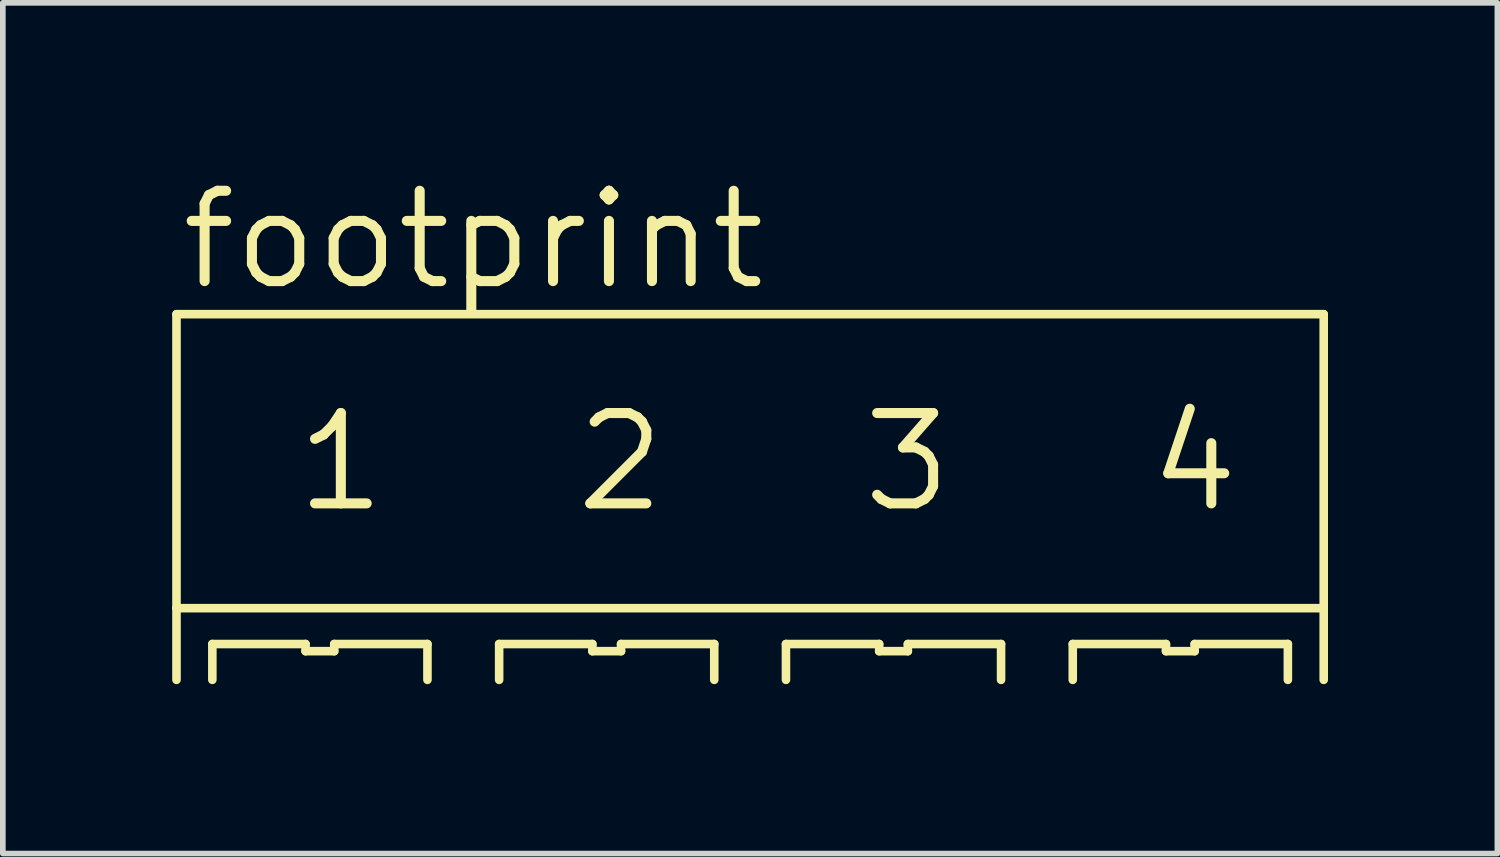
<source format=kicad_pcb>
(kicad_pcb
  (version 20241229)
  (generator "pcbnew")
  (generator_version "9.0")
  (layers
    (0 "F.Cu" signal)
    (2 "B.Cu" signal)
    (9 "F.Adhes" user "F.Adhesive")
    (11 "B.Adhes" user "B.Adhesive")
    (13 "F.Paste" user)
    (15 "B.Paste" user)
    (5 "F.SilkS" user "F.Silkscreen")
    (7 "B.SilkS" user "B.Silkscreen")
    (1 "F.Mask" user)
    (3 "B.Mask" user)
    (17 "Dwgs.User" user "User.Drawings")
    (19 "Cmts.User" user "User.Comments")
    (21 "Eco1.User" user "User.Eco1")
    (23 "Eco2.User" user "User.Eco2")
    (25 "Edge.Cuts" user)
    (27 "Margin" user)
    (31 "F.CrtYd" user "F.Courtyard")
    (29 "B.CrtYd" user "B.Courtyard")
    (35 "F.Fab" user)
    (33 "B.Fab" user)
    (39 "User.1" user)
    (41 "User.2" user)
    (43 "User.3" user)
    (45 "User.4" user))
  (footprint "footprint"
    (layer "F.Cu")
    (at 10.236 6.071)
    (property "Reference" "footprint" (at -10.16 -3.937 0) (layer "F.SilkS") (effects (font (size 1.6 1.6) (thickness 0.178)) (justify left bottom)))
    (fp_line (start -10.16 -3.556) (end 10.16 -3.556) (stroke (width 0.152) (type solid)) (layer "F.SilkS"))
    (fp_line (start -10.16 1.651) (end -10.16 -3.556) (stroke (width 0.152) (type solid)) (layer "F.SilkS"))
    (fp_line (start -10.16 1.651) (end 10.16 1.651) (stroke (width 0.152) (type solid)) (layer "F.SilkS"))
    (fp_line (start -10.16 2.921) (end -10.16 1.651) (stroke (width 0.152) (type solid)) (layer "F.SilkS"))
    (fp_line (start -9.525 2.286) (end -9.525 2.921) (stroke (width 0.152) (type solid)) (layer "F.SilkS"))
    (fp_line (start -7.874 2.286) (end -9.525 2.286) (stroke (width 0.152) (type solid)) (layer "F.SilkS"))
    (fp_line (start -7.874 2.413) (end -7.874 2.286) (stroke (width 0.152) (type solid)) (layer "F.SilkS"))
    (fp_line (start -7.366 2.286) (end -7.366 2.413) (stroke (width 0.152) (type solid)) (layer "F.SilkS"))
    (fp_line (start -7.366 2.413) (end -7.874 2.413) (stroke (width 0.152) (type solid)) (layer "F.SilkS"))
    (fp_line (start -5.715 2.286) (end -7.366 2.286) (stroke (width 0.152) (type solid)) (layer "F.SilkS"))
    (fp_line (start -5.715 2.921) (end -5.715 2.286) (stroke (width 0.152) (type solid)) (layer "F.SilkS"))
    (fp_line (start -4.445 2.286) (end -4.445 2.921) (stroke (width 0.152) (type solid)) (layer "F.SilkS"))
    (fp_line (start -2.794 2.286) (end -4.445 2.286) (stroke (width 0.152) (type solid)) (layer "F.SilkS"))
    (fp_line (start -2.794 2.413) (end -2.794 2.286) (stroke (width 0.152) (type solid)) (layer "F.SilkS"))
    (fp_line (start -2.286 2.286) (end -2.286 2.413) (stroke (width 0.152) (type solid)) (layer "F.SilkS"))
    (fp_line (start -2.286 2.413) (end -2.794 2.413) (stroke (width 0.152) (type solid)) (layer "F.SilkS"))
    (fp_line (start -0.635 2.286) (end -2.286 2.286) (stroke (width 0.152) (type solid)) (layer "F.SilkS"))
    (fp_line (start -0.635 2.921) (end -0.635 2.286) (stroke (width 0.152) (type solid)) (layer "F.SilkS"))
    (fp_line (start 0.635 2.286) (end 0.635 2.921) (stroke (width 0.152) (type solid)) (layer "F.SilkS"))
    (fp_line (start 2.286 2.286) (end 0.635 2.286) (stroke (width 0.152) (type solid)) (layer "F.SilkS"))
    (fp_line (start 2.286 2.413) (end 2.286 2.286) (stroke (width 0.152) (type solid)) (layer "F.SilkS"))
    (fp_line (start 2.794 2.286) (end 2.794 2.413) (stroke (width 0.152) (type solid)) (layer "F.SilkS"))
    (fp_line (start 2.794 2.413) (end 2.286 2.413) (stroke (width 0.152) (type solid)) (layer "F.SilkS"))
    (fp_line (start 4.445 2.286) (end 2.794 2.286) (stroke (width 0.152) (type solid)) (layer "F.SilkS"))
    (fp_line (start 4.445 2.921) (end 4.445 2.286) (stroke (width 0.152) (type solid)) (layer "F.SilkS"))
    (fp_line (start 5.715 2.286) (end 5.715 2.921) (stroke (width 0.152) (type solid)) (layer "F.SilkS"))
    (fp_line (start 7.366 2.286) (end 5.715 2.286) (stroke (width 0.152) (type solid)) (layer "F.SilkS"))
    (fp_line (start 7.366 2.413) (end 7.366 2.286) (stroke (width 0.152) (type solid)) (layer "F.SilkS"))
    (fp_line (start 7.874 2.286) (end 7.874 2.413) (stroke (width 0.152) (type solid)) (layer "F.SilkS"))
    (fp_line (start 7.874 2.413) (end 7.366 2.413) (stroke (width 0.152) (type solid)) (layer "F.SilkS"))
    (fp_line (start 9.525 2.286) (end 7.874 2.286) (stroke (width 0.152) (type solid)) (layer "F.SilkS"))
    (fp_line (start 9.525 2.921) (end 9.525 2.286) (stroke (width 0.152) (type solid)) (layer "F.SilkS"))
    (fp_line (start 10.16 -3.556) (end 10.16 1.651) (stroke (width 0.152) (type solid)) (layer "F.SilkS"))
    (fp_line (start 10.16 1.651) (end 10.16 2.921) (stroke (width 0.152) (type solid)) (layer "F.SilkS"))
    (fp_text user "2" (at -3.175 0 0) (layer "F.SilkS") (effects (font (size 1.6 1.6) (thickness 0.178)) (justify left bottom)))
    (fp_text user "1" (at -8.128 0 0) (layer "F.SilkS") (effects (font (size 1.6 1.6) (thickness 0.178)) (justify left bottom)))
    (fp_text user "3" (at 1.905 0 0) (layer "F.SilkS") (effects (font (size 1.6 1.6) (thickness 0.178)) (justify left bottom)))
    (fp_text user "4" (at 6.985 0 0) (layer "F.SilkS") (effects (font (size 1.6 1.6) (thickness 0.178)) (justify left bottom))))
  (gr_rect
    (start -3 -3)
    (end 23.472 12.068)
    (stroke (width 0.1) (type default))
    (fill no)
    (layer "Edge.Cuts")))
</source>
